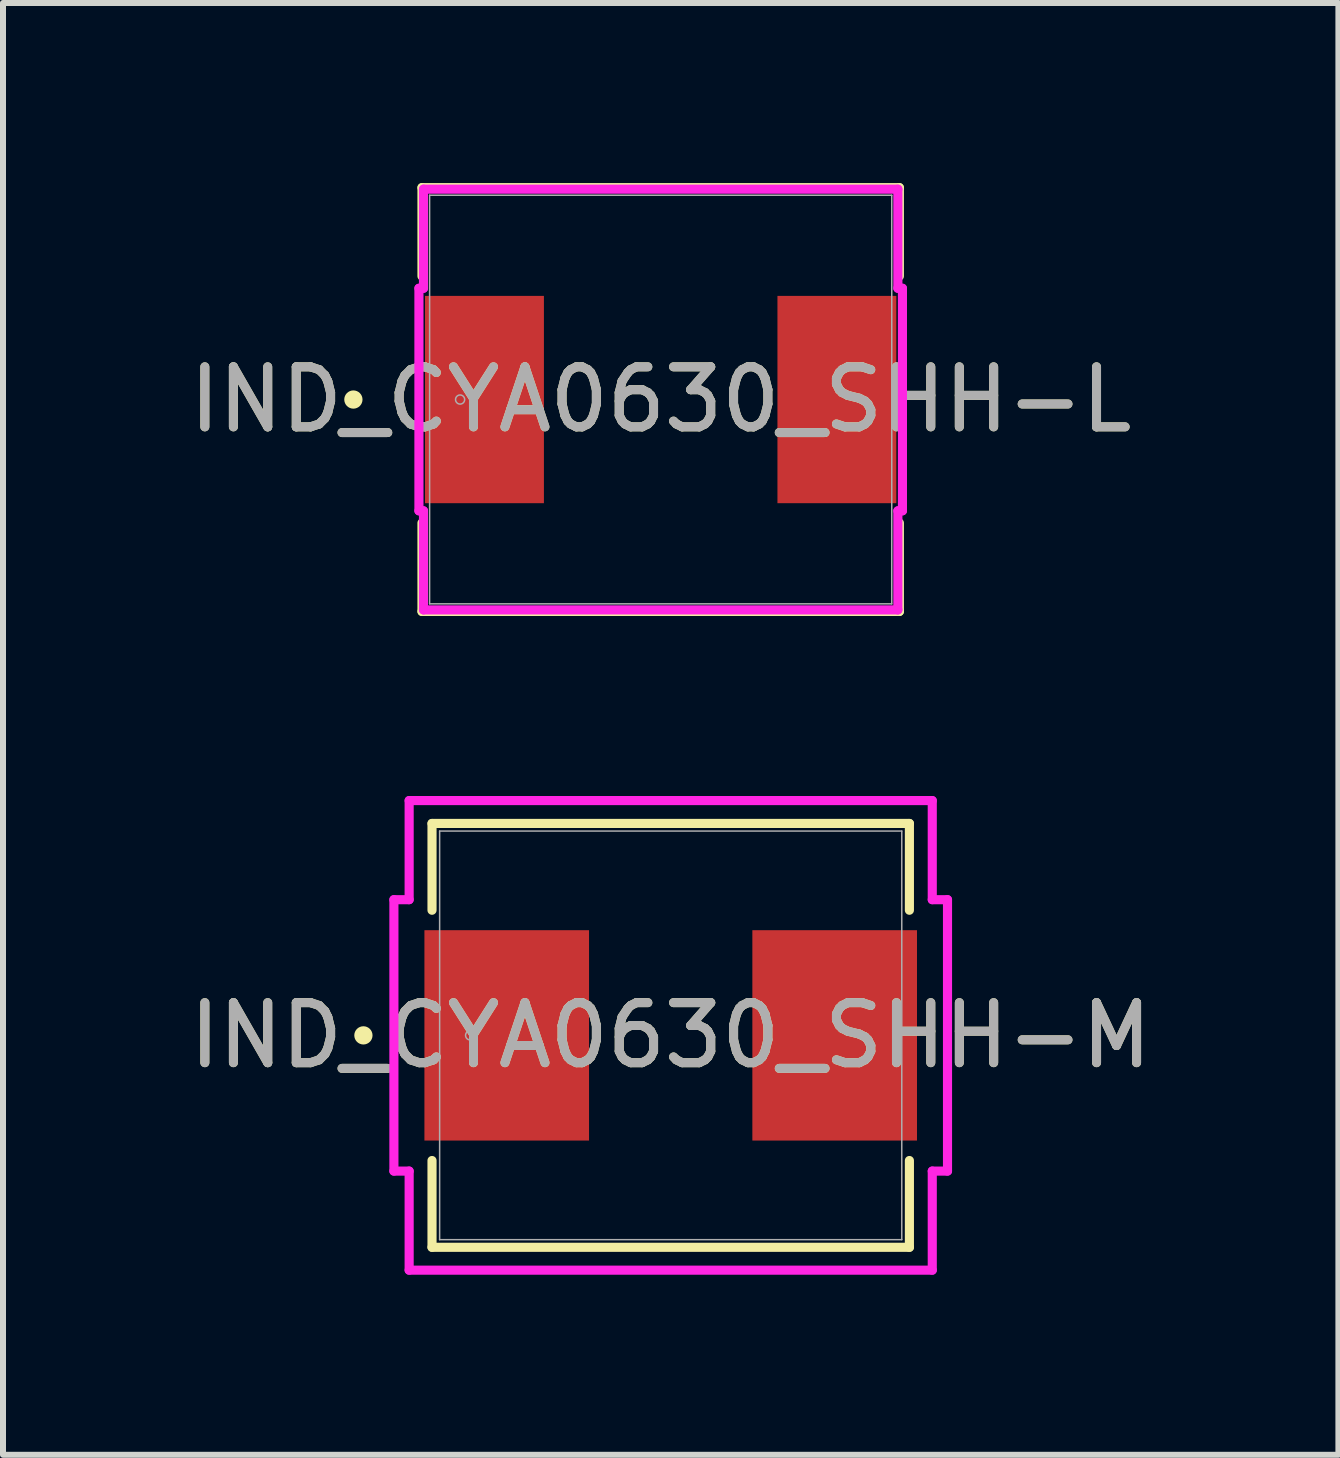
<source format=kicad_pcb>
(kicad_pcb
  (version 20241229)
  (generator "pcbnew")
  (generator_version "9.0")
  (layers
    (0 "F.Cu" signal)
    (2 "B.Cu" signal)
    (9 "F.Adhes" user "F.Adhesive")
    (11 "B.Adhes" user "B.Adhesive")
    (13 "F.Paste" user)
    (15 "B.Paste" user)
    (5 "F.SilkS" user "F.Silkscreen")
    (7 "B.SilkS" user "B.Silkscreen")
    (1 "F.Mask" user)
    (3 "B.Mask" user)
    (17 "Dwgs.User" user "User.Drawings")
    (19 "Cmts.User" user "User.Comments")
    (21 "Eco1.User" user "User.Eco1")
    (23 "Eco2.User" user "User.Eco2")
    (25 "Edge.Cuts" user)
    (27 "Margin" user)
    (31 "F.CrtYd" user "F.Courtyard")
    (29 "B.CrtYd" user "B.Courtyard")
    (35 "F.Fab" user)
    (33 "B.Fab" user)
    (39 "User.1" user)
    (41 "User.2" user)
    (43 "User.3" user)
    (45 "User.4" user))
  (footprint "IND_CYA0630_SHH-M"
    (layer "F.Cu")
    (at 8.125 14.201)
    (property "Reference" "IND_CYA0630_SHH-M" (at 0 0 0) (unlocked yes) (layer "F.SilkS") (effects (font (size 1 1) (thickness 0.15))))
    (attr smd)
    (fp_line (start -3.977 -3.531) (end -3.977 -2.085) (stroke (width 0.152) (type solid)) (layer "F.SilkS"))
    (fp_line (start -3.977 2.085) (end -3.977 3.531) (stroke (width 0.152) (type solid)) (layer "F.SilkS"))
    (fp_line (start -3.977 3.531) (end 3.977 3.531) (stroke (width 0.152) (type solid)) (layer "F.SilkS"))
    (fp_line (start 3.977 -3.531) (end -3.977 -3.531) (stroke (width 0.152) (type solid)) (layer "F.SilkS"))
    (fp_line (start 3.977 -2.085) (end 3.977 -3.531) (stroke (width 0.152) (type solid)) (layer "F.SilkS"))
    (fp_line (start 3.977 3.531) (end 3.977 2.085) (stroke (width 0.152) (type solid)) (layer "F.SilkS"))
    (fp_circle (center -5.12 0) (end -5.044 0) (stroke (width 0.152) (type solid)) (fill no) (layer "F.SilkS"))
    (fp_line (start -4.612 -2.261) (end -4.358 -2.261) (stroke (width 0.152) (type solid)) (layer "F.CrtYd"))
    (fp_line (start -4.612 2.261) (end -4.612 -2.261) (stroke (width 0.152) (type solid)) (layer "F.CrtYd"))
    (fp_line (start -4.358 -3.912) (end 4.358 -3.912) (stroke (width 0.152) (type solid)) (layer "F.CrtYd"))
    (fp_line (start -4.358 -2.261) (end -4.358 -3.912) (stroke (width 0.152) (type solid)) (layer "F.CrtYd"))
    (fp_line (start -4.358 2.261) (end -4.612 2.261) (stroke (width 0.152) (type solid)) (layer "F.CrtYd"))
    (fp_line (start -4.358 3.912) (end -4.358 2.261) (stroke (width 0.152) (type solid)) (layer "F.CrtYd"))
    (fp_line (start 4.358 -3.912) (end 4.358 -2.261) (stroke (width 0.152) (type solid)) (layer "F.CrtYd"))
    (fp_line (start 4.358 -2.261) (end 4.612 -2.261) (stroke (width 0.152) (type solid)) (layer "F.CrtYd"))
    (fp_line (start 4.358 2.261) (end 4.358 3.912) (stroke (width 0.152) (type solid)) (layer "F.CrtYd"))
    (fp_line (start 4.358 3.912) (end -4.358 3.912) (stroke (width 0.152) (type solid)) (layer "F.CrtYd"))
    (fp_line (start 4.612 -2.261) (end 4.612 2.261) (stroke (width 0.152) (type solid)) (layer "F.CrtYd"))
    (fp_line (start 4.612 2.261) (end 4.358 2.261) (stroke (width 0.152) (type solid)) (layer "F.CrtYd"))
    (fp_line (start -3.85 -3.404) (end -3.85 3.404) (stroke (width 0.025) (type solid)) (layer "F.Fab"))
    (fp_line (start -3.85 3.404) (end 3.85 3.404) (stroke (width 0.025) (type solid)) (layer "F.Fab"))
    (fp_line (start 3.85 -3.404) (end -3.85 -3.404) (stroke (width 0.025) (type solid)) (layer "F.Fab"))
    (fp_line (start 3.85 3.404) (end 3.85 -3.404) (stroke (width 0.025) (type solid)) (layer "F.Fab"))
    (fp_circle (center -3.342 0) (end -3.266 0) (stroke (width 0.025) (type solid)) (fill no) (layer "F.Fab"))
    (fp_text user "${REFERENCE}" (at 0 0 0) (unlocked yes) (layer "F.Fab") (effects (font (size 1 1) (thickness 0.15))))
    (pad "1" smd rect (at -2.732 0 90) (size 3.505 2.743) (layers "F.Cu" "F.Mask" "F.Paste"))
    (pad "2" smd rect (at 2.732 0 90) (size 3.505 2.743) (layers "F.Cu" "F.Mask" "F.Paste"))
    (zone (net_name "") (layer "F.Cu") (hatch full 0.508) (connect_pads) (min_thickness 0.254) (filled_areas_thickness no) (keepout (tracks not_allowed) (vias not_allowed) (pads allowed) (copperpour not_allowed) (footprints allowed)) (placement (enabled no)) (fill) (polygon (pts (xy 4.326 10.849) (xy 11.924 10.849) (xy 11.924 12.398) (xy 4.326 12.398))))
    (zone (net_name "") (layer "F.Cu") (hatch full 0.508) (connect_pads) (min_thickness 0.254) (filled_areas_thickness no) (keepout (tracks not_allowed) (vias not_allowed) (pads allowed) (copperpour not_allowed) (footprints allowed)) (placement (enabled no)) (fill) (polygon (pts (xy 4.326 16.005) (xy 11.924 16.005) (xy 11.924 17.554) (xy 4.326 17.554))))
    (zone (net_name "") (layer "F.Cu") (hatch full 0.508) (connect_pads) (min_thickness 0.254) (filled_areas_thickness no) (keepout (tracks not_allowed) (vias not_allowed) (pads allowed) (copperpour not_allowed) (footprints allowed)) (placement (enabled no)) (fill) (polygon (pts (xy 6.815 12.398) (xy 9.435 12.398) (xy 9.435 16.005) (xy 6.815 16.005)))))
  (footprint "IND_CYA0630_SHH-L"
    (layer "F.Cu")
    (at 7.958 3.607)
    (property "Reference" "IND_CYA0630_SHH-L" (at 0 0 0) (unlocked yes) (layer "F.SilkS") (effects (font (size 1 1) (thickness 0.15))))
    (attr smd)
    (fp_line (start -3.977 -3.531) (end -3.977 -2.056) (stroke (width 0.152) (type solid)) (layer "F.SilkS"))
    (fp_line (start -3.977 2.056) (end -3.977 3.531) (stroke (width 0.152) (type solid)) (layer "F.SilkS"))
    (fp_line (start -3.977 3.531) (end 3.977 3.531) (stroke (width 0.152) (type solid)) (layer "F.SilkS"))
    (fp_line (start 3.977 -3.531) (end -3.977 -3.531) (stroke (width 0.152) (type solid)) (layer "F.SilkS"))
    (fp_line (start 3.977 -2.056) (end 3.977 -3.531) (stroke (width 0.152) (type solid)) (layer "F.SilkS"))
    (fp_line (start 3.977 3.531) (end 3.977 2.056) (stroke (width 0.152) (type solid)) (layer "F.SilkS"))
    (fp_circle (center -5.12 0) (end -5.044 0) (stroke (width 0.152) (type solid)) (fill no) (layer "F.SilkS"))
    (fp_line (start -4.028 -1.854) (end -3.952 -1.854) (stroke (width 0.152) (type solid)) (layer "F.CrtYd"))
    (fp_line (start -4.028 1.854) (end -4.028 -1.854) (stroke (width 0.152) (type solid)) (layer "F.CrtYd"))
    (fp_line (start -3.952 -3.505) (end 3.952 -3.505) (stroke (width 0.152) (type solid)) (layer "F.CrtYd"))
    (fp_line (start -3.952 -1.854) (end -3.952 -3.505) (stroke (width 0.152) (type solid)) (layer "F.CrtYd"))
    (fp_line (start -3.952 1.854) (end -4.028 1.854) (stroke (width 0.152) (type solid)) (layer "F.CrtYd"))
    (fp_line (start -3.952 3.505) (end -3.952 1.854) (stroke (width 0.152) (type solid)) (layer "F.CrtYd"))
    (fp_line (start 3.952 -3.505) (end 3.952 -1.854) (stroke (width 0.152) (type solid)) (layer "F.CrtYd"))
    (fp_line (start 3.952 -1.854) (end 4.028 -1.854) (stroke (width 0.152) (type solid)) (layer "F.CrtYd"))
    (fp_line (start 3.952 1.854) (end 3.952 3.505) (stroke (width 0.152) (type solid)) (layer "F.CrtYd"))
    (fp_line (start 3.952 3.505) (end -3.952 3.505) (stroke (width 0.152) (type solid)) (layer "F.CrtYd"))
    (fp_line (start 4.028 -1.854) (end 4.028 1.854) (stroke (width 0.152) (type solid)) (layer "F.CrtYd"))
    (fp_line (start 4.028 1.854) (end 3.952 1.854) (stroke (width 0.152) (type solid)) (layer "F.CrtYd"))
    (fp_line (start -3.85 -3.404) (end -3.85 3.404) (stroke (width 0.025) (type solid)) (layer "F.Fab"))
    (fp_line (start -3.85 3.404) (end 3.85 3.404) (stroke (width 0.025) (type solid)) (layer "F.Fab"))
    (fp_line (start 3.85 -3.404) (end -3.85 -3.404) (stroke (width 0.025) (type solid)) (layer "F.Fab"))
    (fp_line (start 3.85 3.404) (end 3.85 -3.404) (stroke (width 0.025) (type solid)) (layer "F.Fab"))
    (fp_circle (center -3.342 0) (end -3.266 0) (stroke (width 0.025) (type solid)) (fill no) (layer "F.Fab"))
    (fp_text user "${REFERENCE}" (at 0 0 0) (unlocked yes) (layer "F.Fab") (effects (font (size 1 1) (thickness 0.15))))
    (pad "1" smd rect (at -2.936 0 90) (size 3.454 1.981) (layers "F.Cu" "F.Mask" "F.Paste"))
    (pad "2" smd rect (at 2.936 0 90) (size 3.454 1.981) (layers "F.Cu" "F.Mask" "F.Paste"))
    (zone (net_name "") (layer "F.Cu") (hatch full 0.508) (connect_pads) (min_thickness 0.254) (filled_areas_thickness no) (keepout (tracks not_allowed) (vias not_allowed) (pads allowed) (copperpour not_allowed) (footprints allowed)) (placement (enabled no)) (fill) (polygon (pts (xy 4.159 0.254) (xy 11.758 0.254) (xy 11.758 1.803) (xy 4.159 1.803))))
    (zone (net_name "") (layer "F.Cu") (hatch full 0.508) (connect_pads) (min_thickness 0.254) (filled_areas_thickness no) (keepout (tracks not_allowed) (vias not_allowed) (pads allowed) (copperpour not_allowed) (footprints allowed)) (placement (enabled no)) (fill) (polygon (pts (xy 4.159 5.41) (xy 11.758 5.41) (xy 11.758 6.96) (xy 4.159 6.96))))
    (zone (net_name "") (layer "F.Cu") (hatch full 0.508) (connect_pads) (min_thickness 0.254) (filled_areas_thickness no) (keepout (tracks not_allowed) (vias not_allowed) (pads allowed) (copperpour not_allowed) (footprints allowed)) (placement (enabled no)) (fill) (polygon (pts (xy 6.064 1.803) (xy 9.853 1.803) (xy 9.853 5.41) (xy 6.064 5.41)))))
  (gr_rect
    (start -3 -3)
    (end 19.25 21.189)
    (stroke (width 0.1) (type default))
    (fill no)
    (layer "Edge.Cuts")))
</source>
